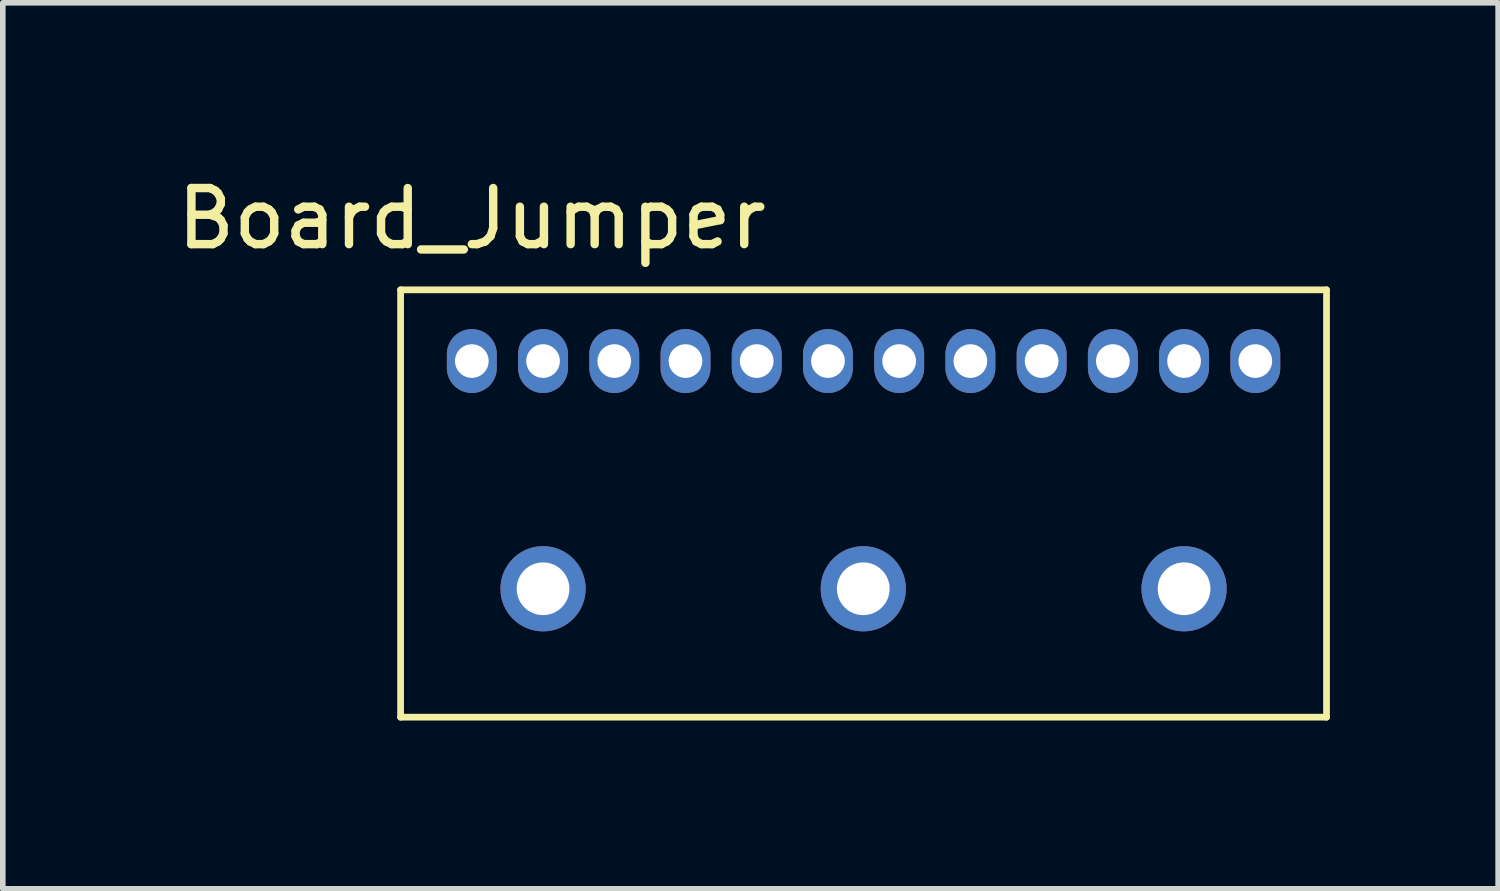
<source format=kicad_pcb>
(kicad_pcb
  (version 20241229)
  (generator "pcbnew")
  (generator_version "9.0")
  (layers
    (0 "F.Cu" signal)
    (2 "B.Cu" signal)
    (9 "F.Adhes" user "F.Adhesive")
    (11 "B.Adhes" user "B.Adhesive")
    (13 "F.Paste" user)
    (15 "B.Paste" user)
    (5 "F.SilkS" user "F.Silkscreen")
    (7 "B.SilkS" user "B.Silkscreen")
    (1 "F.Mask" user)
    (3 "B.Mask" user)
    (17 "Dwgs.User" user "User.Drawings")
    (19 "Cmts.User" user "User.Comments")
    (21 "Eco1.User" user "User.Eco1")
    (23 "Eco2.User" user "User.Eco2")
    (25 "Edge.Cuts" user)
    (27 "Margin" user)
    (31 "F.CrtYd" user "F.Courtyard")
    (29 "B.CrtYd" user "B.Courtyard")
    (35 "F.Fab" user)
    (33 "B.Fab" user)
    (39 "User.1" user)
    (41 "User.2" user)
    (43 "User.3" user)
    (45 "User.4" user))
  (footprint "Board_Jumper"
    (layer "F.Cu")
    (at 5.363 3.388)
    (property "Reference" "Board_Jumper" (at 0 -2.54 0) (layer "F.SilkS") (effects (font (size 1 1) (thickness 0.15))))
    (attr through_hole)
    (fp_line (start -1.27 -1.27) (end -1.27 6.35) (stroke (width 0.12) (type solid)) (layer "F.SilkS"))
    (fp_line (start -1.27 6.35) (end 15.24 6.35) (stroke (width 0.12) (type solid)) (layer "F.SilkS"))
    (fp_line (start 15.24 -1.27) (end -1.27 -1.27) (stroke (width 0.12) (type solid)) (layer "F.SilkS"))
    (fp_line (start 15.24 6.35) (end 15.24 -1.27) (stroke (width 0.12) (type solid)) (layer "F.SilkS"))
    (pad "1" thru_hole oval (at 0 0) (size 0.89 1.14) (drill 0.6) (layers "*.Cu" "*.Mask"))
    (pad "2" thru_hole oval (at 1.27 0) (size 0.89 1.14) (drill 0.6) (layers "*.Cu" "*.Mask"))
    (pad "3" thru_hole oval (at 2.54 0) (size 0.89 1.14) (drill 0.6) (layers "*.Cu" "*.Mask"))
    (pad "4" thru_hole oval (at 3.81 0) (size 0.89 1.14) (drill 0.6) (layers "*.Cu" "*.Mask"))
    (pad "5" thru_hole oval (at 5.08 0) (size 0.89 1.14) (drill 0.6) (layers "*.Cu" "*.Mask"))
    (pad "6" thru_hole oval (at 6.35 0) (size 0.89 1.14) (drill 0.6) (layers "*.Cu" "*.Mask"))
    (pad "7" thru_hole oval (at 7.62 0) (size 0.89 1.14) (drill 0.6) (layers "*.Cu" "*.Mask"))
    (pad "8" thru_hole oval (at 8.89 0) (size 0.89 1.14) (drill 0.6) (layers "*.Cu" "*.Mask"))
    (pad "9" thru_hole oval (at 10.16 0) (size 0.89 1.14) (drill 0.6) (layers "*.Cu" "*.Mask"))
    (pad "10" thru_hole oval (at 11.43 0) (size 0.89 1.14) (drill 0.6) (layers "*.Cu" "*.Mask"))
    (pad "11" thru_hole oval (at 12.7 0) (size 0.89 1.14) (drill 0.6) (layers "*.Cu" "*.Mask"))
    (pad "12" thru_hole oval (at 13.97 0) (size 0.89 1.14) (drill 0.6) (layers "*.Cu" "*.Mask"))
    (pad "A" thru_hole circle (at 1.27 4.06) (size 1.52 1.52) (drill 0.94) (layers "*.Cu" "*.Mask"))
    (pad "B" thru_hole circle (at 6.98 4.06) (size 1.52 1.52) (drill 0.94) (layers "*.Cu" "*.Mask"))
    (pad "C" thru_hole circle (at 12.7 4.06) (size 1.52 1.52) (drill 0.94) (layers "*.Cu" "*.Mask")))
  (gr_rect
    (start -3 -3)
    (end 23.663 12.798)
    (stroke (width 0.1) (type default))
    (fill no)
    (layer "Edge.Cuts")))
</source>
